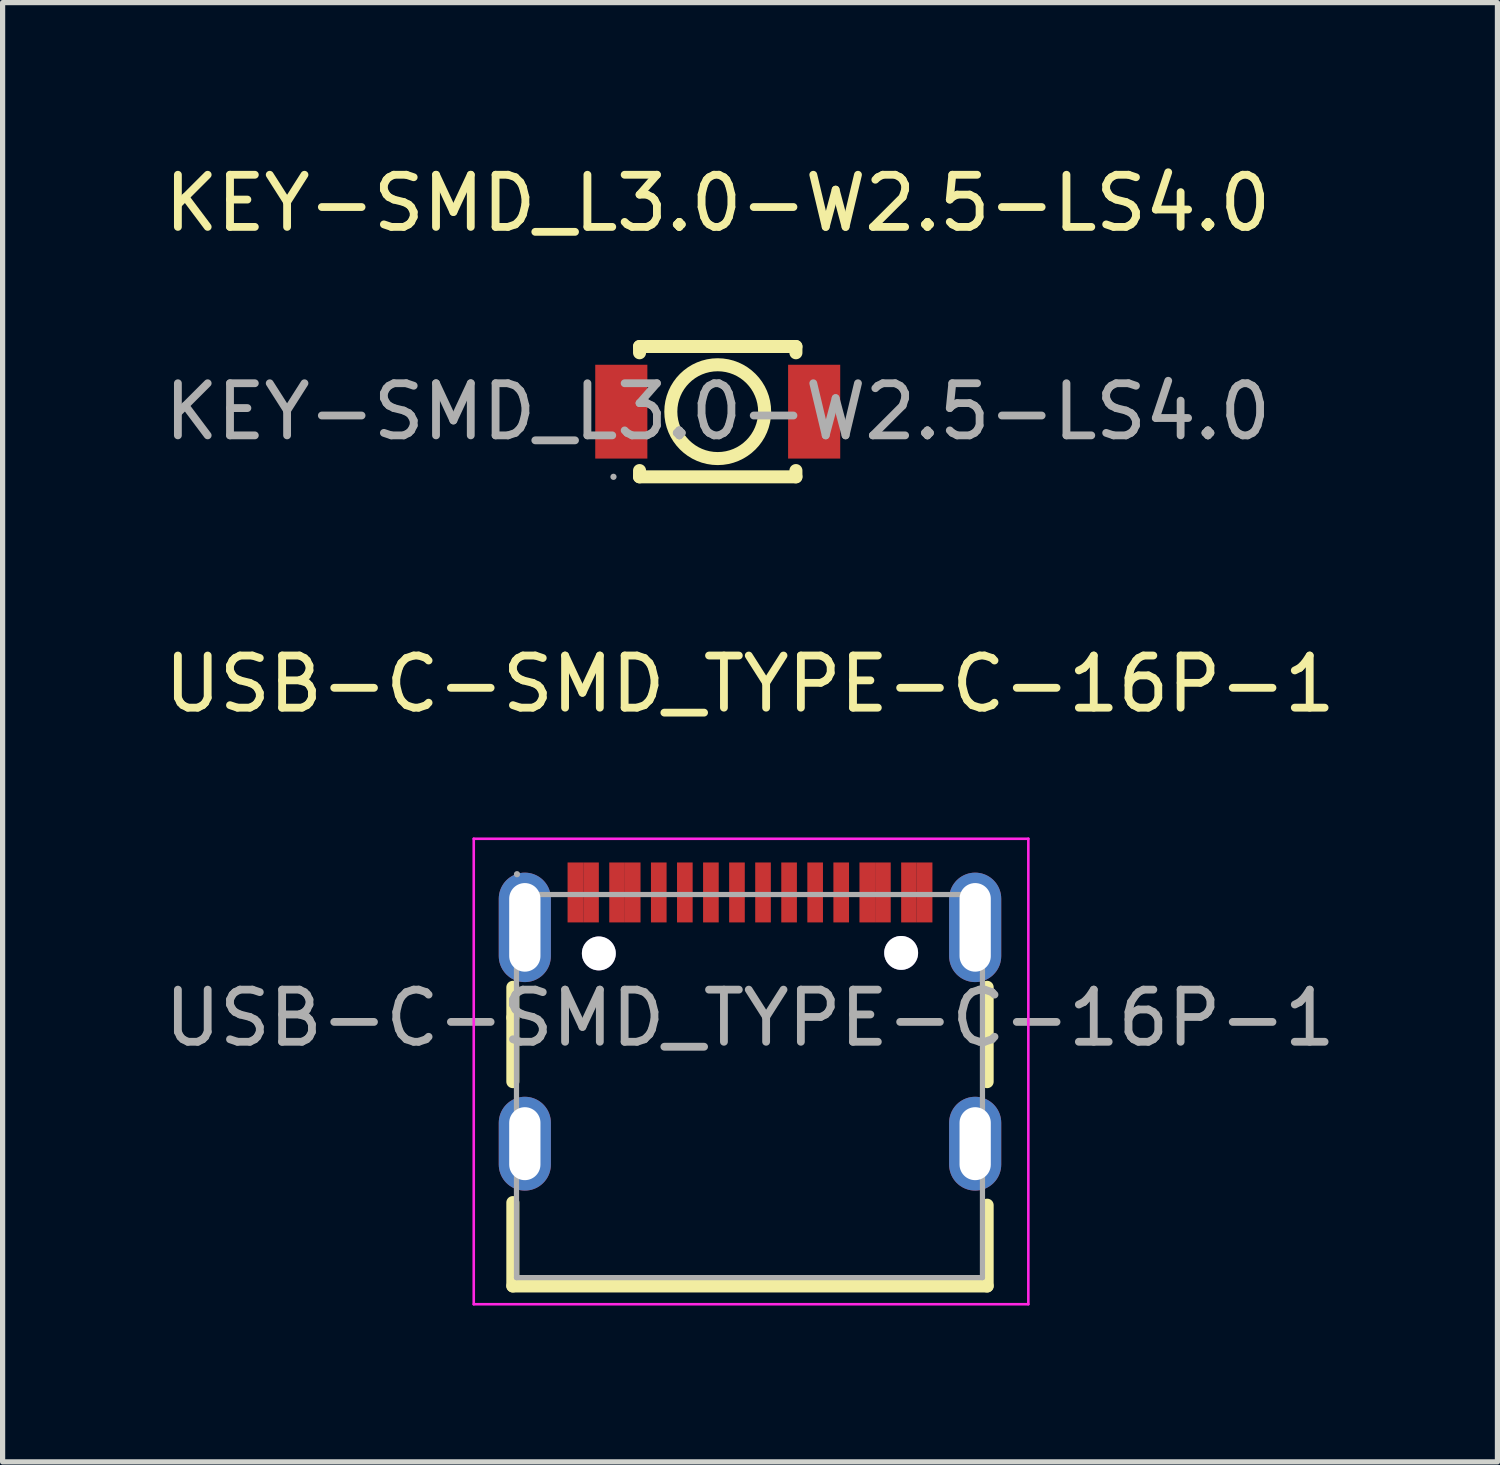
<source format=kicad_pcb>
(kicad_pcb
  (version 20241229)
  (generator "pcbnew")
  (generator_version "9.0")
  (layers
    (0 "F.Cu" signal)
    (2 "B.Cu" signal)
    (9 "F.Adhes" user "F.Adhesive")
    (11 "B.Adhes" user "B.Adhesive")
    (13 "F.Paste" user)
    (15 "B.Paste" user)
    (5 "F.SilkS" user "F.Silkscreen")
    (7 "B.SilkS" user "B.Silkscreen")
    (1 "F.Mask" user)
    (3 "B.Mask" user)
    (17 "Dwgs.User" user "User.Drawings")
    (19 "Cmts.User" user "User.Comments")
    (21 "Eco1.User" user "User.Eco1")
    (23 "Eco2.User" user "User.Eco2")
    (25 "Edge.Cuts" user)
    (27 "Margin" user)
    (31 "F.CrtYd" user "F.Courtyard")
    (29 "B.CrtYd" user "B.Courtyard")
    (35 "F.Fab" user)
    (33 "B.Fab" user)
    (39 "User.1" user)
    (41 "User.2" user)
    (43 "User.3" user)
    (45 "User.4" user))
  (footprint "KEY-SMD_L3.0-W2.5-LS4.0"
    (layer "F.Cu")
    (at 10.72 4.848)
    (property "Reference" "KEY-SMD_L3.0-W2.5-LS4.0" (at 0 -4 0) (layer "F.SilkS") (effects (font (size 1 1) (thickness 0.15))))
    (attr smd)
    (fp_line (start -1.5 -1.25) (end -1.5 -1.13) (stroke (width 0.25) (type solid)) (layer "F.SilkS"))
    (fp_line (start -1.5 -1.25) (end 1.5 -1.25) (stroke (width 0.25) (type solid)) (layer "F.SilkS"))
    (fp_line (start -1.5 1.13) (end -1.5 1.25) (stroke (width 0.25) (type solid)) (layer "F.SilkS"))
    (fp_line (start 1.5 -1.25) (end 1.5 -1.13) (stroke (width 0.25) (type solid)) (layer "F.SilkS"))
    (fp_line (start 1.5 1.13) (end 1.5 1.25) (stroke (width 0.25) (type solid)) (layer "F.SilkS"))
    (fp_line (start 1.5 1.25) (end -1.5 1.25) (stroke (width 0.25) (type solid)) (layer "F.SilkS"))
    (fp_circle (center 0 0) (end 0.9 0) (stroke (width 0.25) (type solid)) (fill no) (layer "F.SilkS"))
    (fp_circle (center -2 1.25) (end -1.97 1.25) (stroke (width 0.06) (type solid)) (fill no) (layer "F.Fab"))
    (fp_text user "${REFERENCE}" (at 0 0 0) (layer "F.Fab") (effects (font (size 1 1) (thickness 0.15))))
    (pad "1" smd rect (at -1.85 0 90) (size 1.8 1) (layers "F.Cu" "F.Mask" "F.Paste"))
    (pad "2" smd rect (at 1.85 0 90) (size 1.8 1) (layers "F.Cu" "F.Mask" "F.Paste")))
  (footprint "USB-C-SMD_TYPE-C-16P-1"
    (layer "F.Cu")
    (at 11.339 16.482)
    (property "Reference" "USB-C-SMD_TYPE-C-16P-1" (at 0 -6.41 0) (layer "F.SilkS") (effects (font (size 1 1) (thickness 0.15))))
    (attr smd)
    (fp_line (start -4.55 -0.01) (end -4.55 -0.59) (stroke (width 0.25) (type solid)) (layer "F.SilkS"))
    (fp_line (start -4.55 -0.01) (end -4.55 1.22) (stroke (width 0.25) (type solid)) (layer "F.SilkS"))
    (fp_line (start -4.55 3.54) (end -4.55 5.14) (stroke (width 0.25) (type solid)) (layer "F.SilkS"))
    (fp_line (start -4.55 5.14) (end 4.55 5.14) (stroke (width 0.25) (type solid)) (layer "F.SilkS"))
    (fp_line (start 4.55 1.22) (end 4.55 -0.59) (stroke (width 0.25) (type solid)) (layer "F.SilkS"))
    (fp_line (start 4.55 5.14) (end 4.55 3.59) (stroke (width 0.25) (type solid)) (layer "F.SilkS"))
    (fp_circle (center -2.89 -1.24) (end -2.79 -1.24) (stroke (width 0.2) (type solid)) (fill no) (layer "Cmts.User"))
    (fp_circle (center 2.89 -1.24) (end 2.99 -1.24) (stroke (width 0.2) (type solid)) (fill no) (layer "Cmts.User"))
    (fp_line (start -5.3 -3.44) (end 5.34 -3.44) (stroke (width 0.05) (type solid)) (layer "F.CrtYd"))
    (fp_line (start -5.3 5.49) (end -5.3 -3.44) (stroke (width 0.05) (type solid)) (layer "F.CrtYd"))
    (fp_line (start 5.34 -3.44) (end 5.34 5.49) (stroke (width 0.05) (type solid)) (layer "F.CrtYd"))
    (fp_line (start 5.34 5.49) (end -5.3 5.49) (stroke (width 0.05) (type solid)) (layer "F.CrtYd"))
    (fp_line (start -4.48 -2.37) (end -4.48 4.98) (stroke (width 0.1) (type solid)) (layer "F.Fab"))
    (fp_line (start -4.48 -2.37) (end 4.46 -2.37) (stroke (width 0.1) (type solid)) (layer "F.Fab"))
    (fp_line (start -4.48 4.98) (end 4.46 4.98) (stroke (width 0.1) (type solid)) (layer "F.Fab"))
    (fp_line (start 4.46 4.98) (end 4.46 -2.37) (stroke (width 0.1) (type solid)) (layer "F.Fab"))
    (fp_circle (center -4.47 -2.76) (end -4.44 -2.76) (stroke (width 0.06) (type solid)) (fill no) (layer "F.Fab"))
    (fp_text user "${REFERENCE}" (at 0 0 0) (layer "F.Fab") (effects (font (size 1 1) (thickness 0.15))))
    (pad "" thru_hole circle (at -2.9 -1.24) (size 0.65 0.65) (drill 0.65) (layers "*.Cu" "*.Mask"))
    (pad "" thru_hole circle (at 2.9 -1.25) (size 0.65 0.65) (drill 0.65) (layers "*.Cu" "*.Mask"))
    (pad "A1" smd rect (at -3.35 -2.41) (size 0.3 1.15) (layers "F.Cu" "F.Mask" "F.Paste"))
    (pad "A4" smd rect (at -2.55 -2.41) (size 0.3 1.15) (layers "F.Cu" "F.Mask" "F.Paste"))
    (pad "A5" smd rect (at -1.25 -2.41) (size 0.3 1.15) (layers "F.Cu" "F.Mask" "F.Paste"))
    (pad "A6" smd rect (at -0.25 -2.41) (size 0.3 1.15) (layers "F.Cu" "F.Mask" "F.Paste"))
    (pad "A7" smd rect (at 0.25 -2.41) (size 0.3 1.15) (layers "F.Cu" "F.Mask" "F.Paste"))
    (pad "A8" smd rect (at 1.25 -2.41) (size 0.3 1.15) (layers "F.Cu" "F.Mask" "F.Paste"))
    (pad "A9" smd rect (at 2.55 -2.41) (size 0.3 1.15) (layers "F.Cu" "F.Mask" "F.Paste"))
    (pad "A12" smd rect (at 3.35 -2.41) (size 0.3 1.15) (layers "F.Cu" "F.Mask" "F.Paste"))
    (pad "B1" smd rect (at 3.05 -2.41) (size 0.3 1.15) (layers "F.Cu" "F.Mask" "F.Paste"))
    (pad "B4" smd rect (at 2.25 -2.41) (size 0.3 1.15) (layers "F.Cu" "F.Mask" "F.Paste"))
    (pad "B5" smd rect (at 1.75 -2.41) (size 0.3 1.15) (layers "F.Cu" "F.Mask" "F.Paste"))
    (pad "B6" smd rect (at 0.75 -2.41) (size 0.3 1.15) (layers "F.Cu" "F.Mask" "F.Paste"))
    (pad "B7" smd rect (at -0.75 -2.41) (size 0.3 1.15) (layers "F.Cu" "F.Mask" "F.Paste"))
    (pad "B8" smd rect (at -1.75 -2.41) (size 0.3 1.15) (layers "F.Cu" "F.Mask" "F.Paste"))
    (pad "B9" smd rect (at -2.25 -2.41) (size 0.3 1.15) (layers "F.Cu" "F.Mask" "F.Paste"))
    (pad "B12" smd rect (at -3.05 -2.41) (size 0.3 1.15) (layers "F.Cu" "F.Mask" "F.Paste"))
    (pad "S1" thru_hole oval (at -4.32 -1.74) (size 1 2.1) (drill oval 0.6 1.7) (layers "*.Cu" "*.Mask"))
    (pad "S1" thru_hole oval (at -4.32 2.41) (size 1 1.8) (drill oval 0.6 1.4) (layers "*.Cu" "*.Mask"))
    (pad "S1" thru_hole oval (at 4.32 -1.74) (size 1 2.1) (drill oval 0.6 1.7) (layers "*.Cu" "*.Mask"))
    (pad "S1" thru_hole oval (at 4.32 2.41) (size 1 1.8) (drill oval 0.6 1.4) (layers "*.Cu" "*.Mask")))
  (gr_rect
    (start -3 -3)
    (end 25.679 24.997)
    (stroke (width 0.1) (type default))
    (fill no)
    (layer "Edge.Cuts")))
</source>
